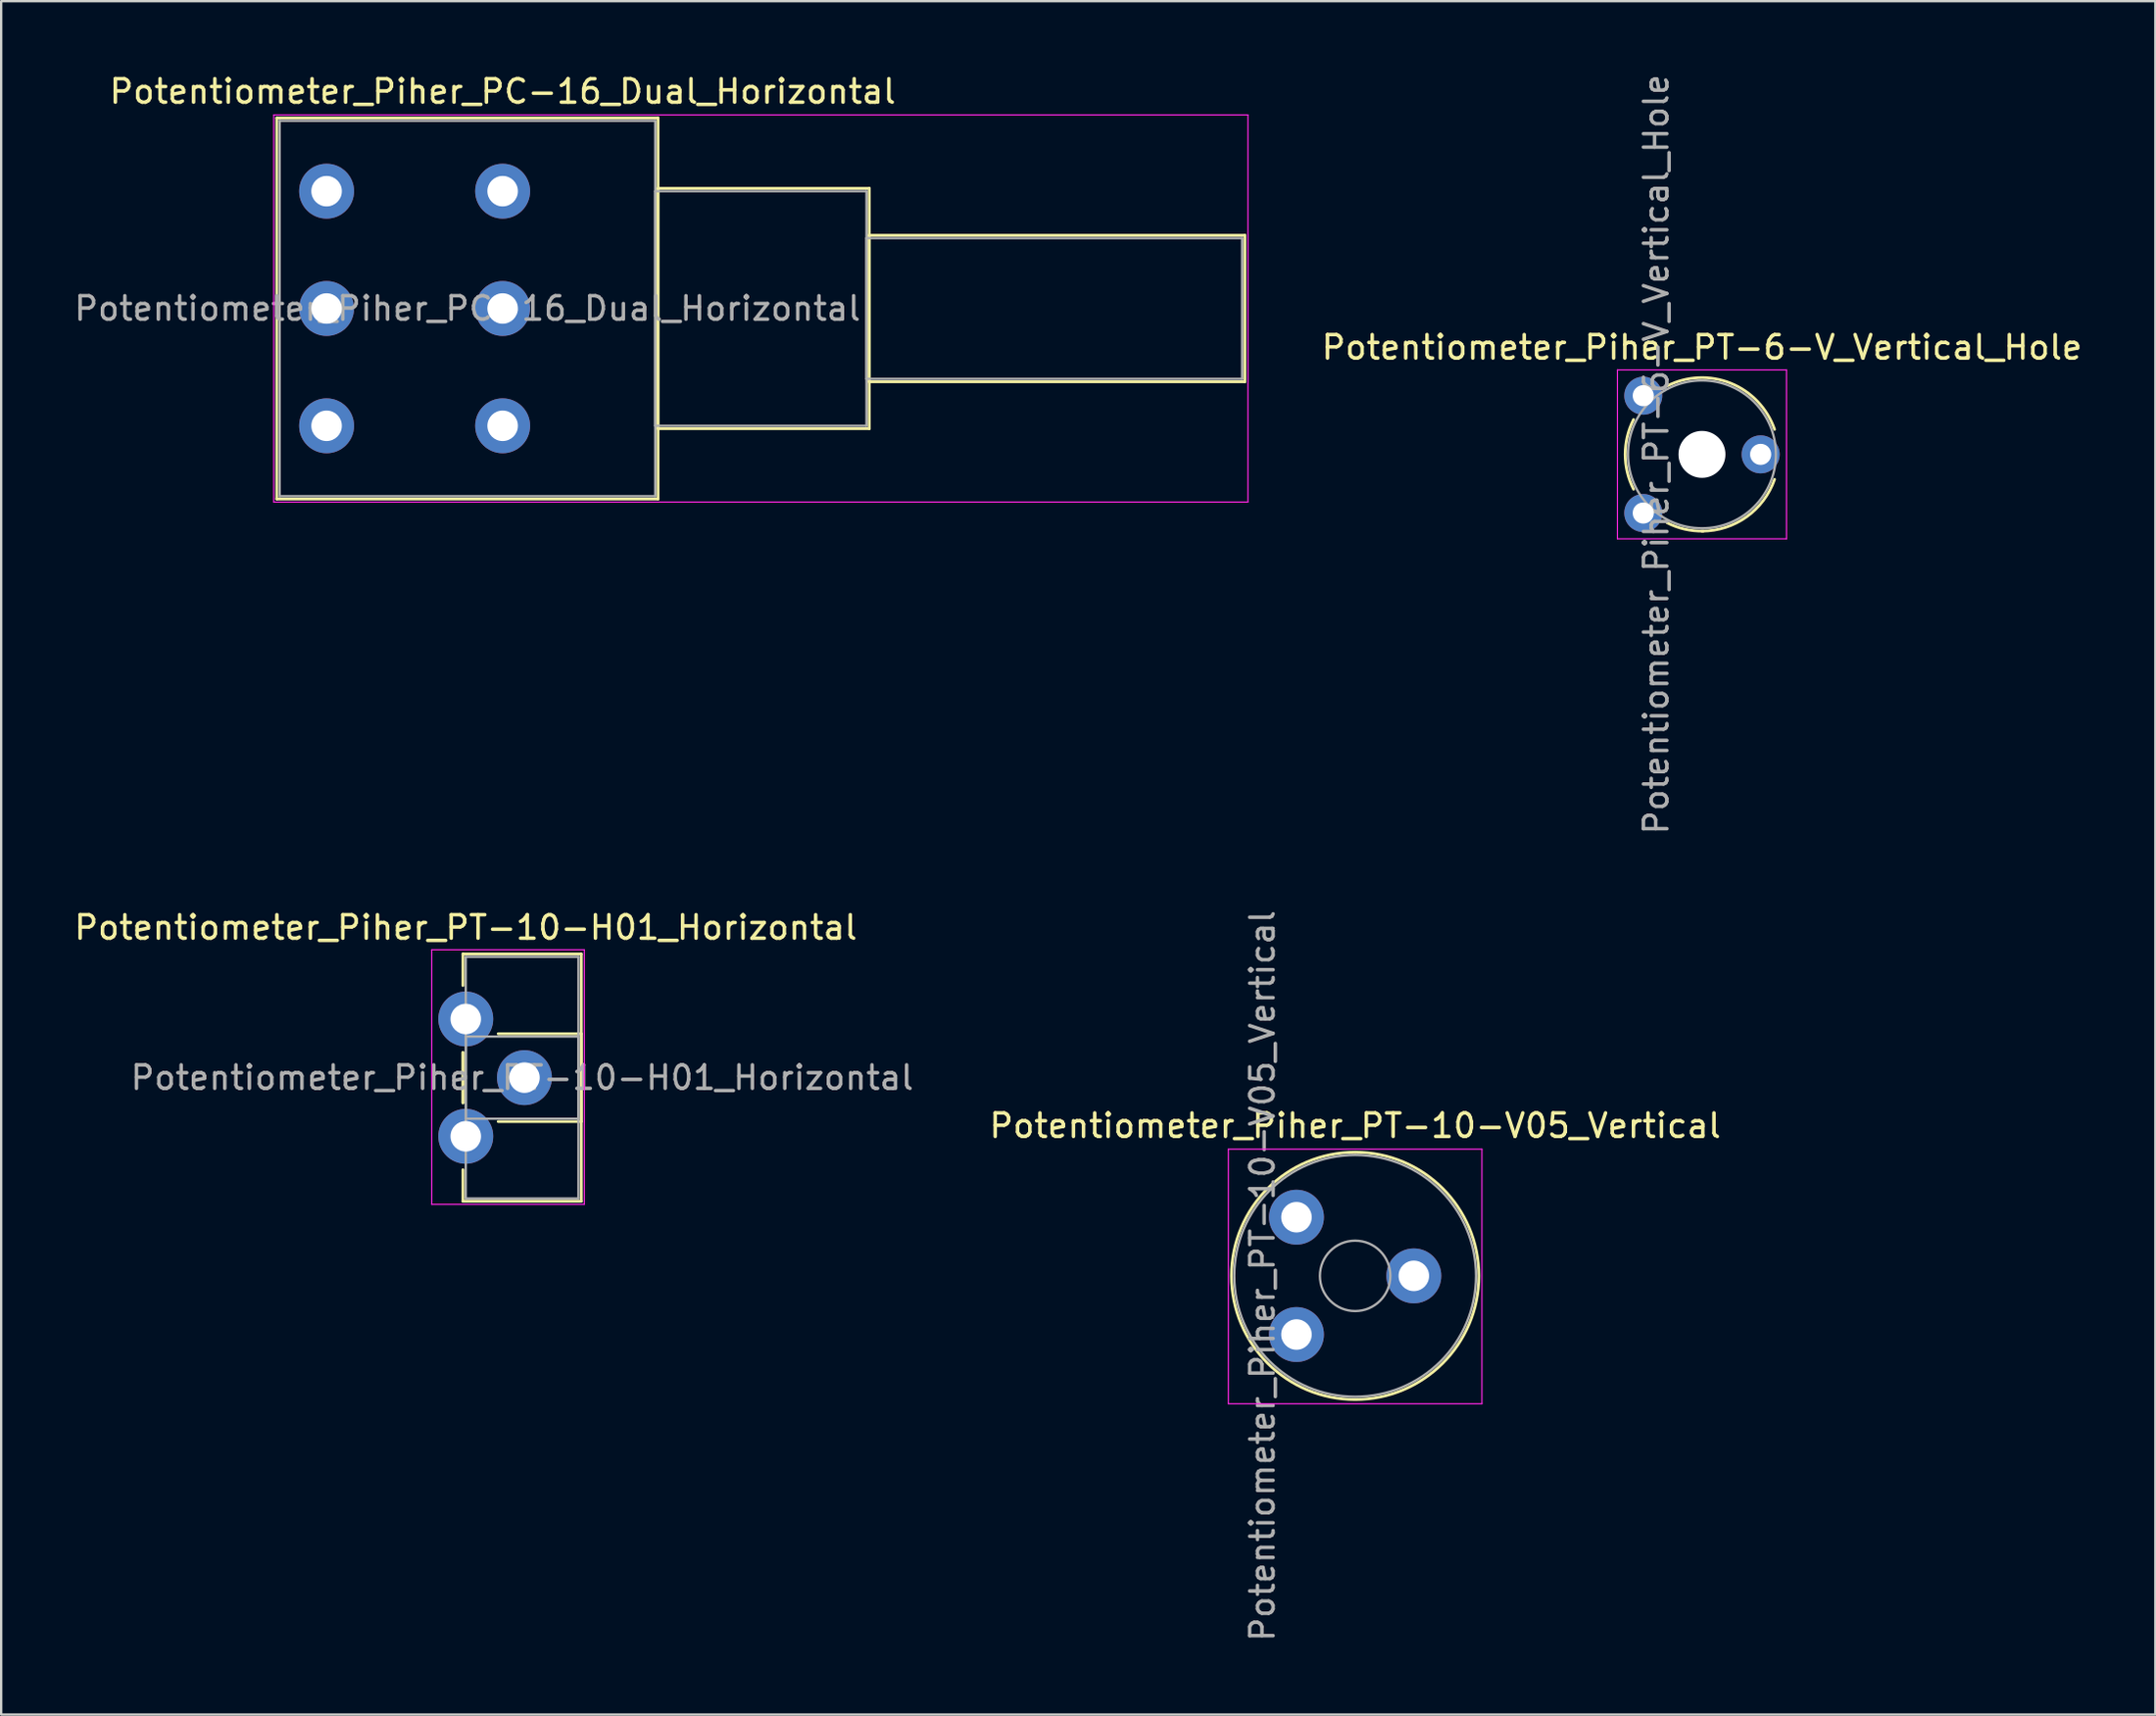
<source format=kicad_pcb>
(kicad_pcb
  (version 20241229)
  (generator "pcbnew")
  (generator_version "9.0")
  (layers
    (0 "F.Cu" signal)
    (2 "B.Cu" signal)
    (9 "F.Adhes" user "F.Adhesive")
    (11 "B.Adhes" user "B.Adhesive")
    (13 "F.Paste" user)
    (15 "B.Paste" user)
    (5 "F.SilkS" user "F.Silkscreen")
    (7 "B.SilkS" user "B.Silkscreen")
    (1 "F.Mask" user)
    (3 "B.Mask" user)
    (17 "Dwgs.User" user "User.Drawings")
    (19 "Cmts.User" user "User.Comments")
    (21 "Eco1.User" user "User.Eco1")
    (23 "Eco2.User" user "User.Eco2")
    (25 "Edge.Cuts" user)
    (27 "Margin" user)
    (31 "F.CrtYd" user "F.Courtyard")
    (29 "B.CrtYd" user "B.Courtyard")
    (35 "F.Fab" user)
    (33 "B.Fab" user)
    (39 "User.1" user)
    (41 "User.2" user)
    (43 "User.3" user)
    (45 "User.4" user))
  (footprint "Potentiometer_Piher_PT-10-V05_Vertical"
    (layer "F.Cu")
    (at 52.18 53.827)
    (property "Reference" "Potentiometer_Piher_PT-10-V05_Vertical" (at 2.5 -8.9 0) (layer "F.SilkS") (effects (font (size 1 1) (thickness 0.15))))
    (attr through_hole)
    (fp_circle (center 2.501 -2.5) (end 7.771 -2.5) (stroke (width 0.12) (type solid)) (fill no) (layer "F.SilkS"))
    (fp_line (start -2.9 -7.9) (end -2.9 2.95) (stroke (width 0.05) (type solid)) (layer "F.CrtYd"))
    (fp_line (start -2.9 2.95) (end 7.9 2.95) (stroke (width 0.05) (type solid)) (layer "F.CrtYd"))
    (fp_line (start 7.9 -7.9) (end -2.9 -7.9) (stroke (width 0.05) (type solid)) (layer "F.CrtYd"))
    (fp_line (start 7.9 2.95) (end 7.9 -7.9) (stroke (width 0.05) (type solid)) (layer "F.CrtYd"))
    (fp_circle (center 2.5 -2.5) (end 4 -2.5) (stroke (width 0.1) (type solid)) (fill no) (layer "F.Fab"))
    (fp_circle (center 2.5 -2.5) (end 7.65 -2.5) (stroke (width 0.1) (type solid)) (fill no) (layer "F.Fab"))
    (fp_text user "${REFERENCE}" (at -1.45 -2.5 90) (layer "F.Fab") (effects (font (size 1 1) (thickness 0.15))))
    (pad "1" thru_hole circle (at 0 0) (size 2.34 2.34) (drill 1.3) (layers "*.Cu" "*.Mask"))
    (pad "2" thru_hole circle (at 5 -2.5) (size 2.34 2.34) (drill 1.3) (layers "*.Cu" "*.Mask"))
    (pad "3" thru_hole circle (at 0 -5) (size 2.34 2.34) (drill 1.3) (layers "*.Cu" "*.Mask")))
  (footprint "Potentiometer_Piher_PT-6-V_Vertical_Hole"
    (layer "F.Cu")
    (at 66.954 18.815)
    (property "Reference" "Potentiometer_Piher_PT-6-V_Vertical_Hole" (at 2.5 -7.06 0) (layer "F.SilkS") (effects (font (size 1 1) (thickness 0.15))))
    (attr through_hole)
    (fp_arc (start -0.413387 -1.014798) (mid -0.770114 -2.499325) (end -0.414 -3.984) (stroke (width 0.12) (type solid)) (layer "F.SilkS"))
    (fp_arc (start 1.016032 -5.413829) (mid 3.725524 -5.531609) (end 5.592 -3.564) (stroke (width 0.12) (type solid)) (layer "F.SilkS"))
    (fp_arc (start 2.556863 0.770075) (mid 1.764071 0.686696) (end 1.015 0.414) (stroke (width 0.12) (type solid)) (layer "F.SilkS"))
    (fp_arc (start 5.591846 -1.435392) (mid 4.398899 0.162158) (end 2.5 0.77) (stroke (width 0.12) (type solid)) (layer "F.SilkS"))
    (fp_line (start -1.1 -6.1) (end -1.1 1.1) (stroke (width 0.05) (type solid)) (layer "F.CrtYd"))
    (fp_line (start -1.1 1.1) (end 6.1 1.1) (stroke (width 0.05) (type solid)) (layer "F.CrtYd"))
    (fp_line (start 6.1 -6.1) (end -1.1 -6.1) (stroke (width 0.05) (type solid)) (layer "F.CrtYd"))
    (fp_line (start 6.1 1.1) (end 6.1 -6.1) (stroke (width 0.05) (type solid)) (layer "F.CrtYd"))
    (fp_circle (center 2.5 -2.5) (end 5.65 -2.5) (stroke (width 0.1) (type solid)) (fill no) (layer "F.Fab"))
    (fp_text user "${REFERENCE}" (at 0.55 -2.5 90) (layer "F.Fab") (effects (font (size 1 1) (thickness 0.15))))
    (pad "" np_thru_hole circle (at 2.5 -2.5) (size 2 2) (drill 2) (layers "*.Cu" "*.Mask"))
    (pad "1" thru_hole circle (at 0 0) (size 1.62 1.62) (drill 0.9) (layers "*.Cu" "*.Mask"))
    (pad "2" thru_hole circle (at 5 -2.5) (size 1.62 1.62) (drill 0.9) (layers "*.Cu" "*.Mask"))
    (pad "3" thru_hole circle (at 0 -5) (size 1.62 1.62) (drill 0.9) (layers "*.Cu" "*.Mask")))
  (footprint "Potentiometer_Piher_PC-16_Dual_Horizontal"
    (layer "F.Cu")
    (at 18.363 15.098)
    (property "Reference" "Potentiometer_Piher_PC-16_Dual_Horizontal" (at 0 -14.25 0) (layer "F.SilkS") (effects (font (size 1 1) (thickness 0.15))))
    (attr through_hole)
    (fp_line (start -9.62 -13.12) (end -9.62 3.12) (stroke (width 0.12) (type solid)) (layer "F.SilkS"))
    (fp_line (start -9.62 -13.12) (end 6.62 -13.12) (stroke (width 0.12) (type solid)) (layer "F.SilkS"))
    (fp_line (start -9.62 3.12) (end 6.62 3.12) (stroke (width 0.12) (type solid)) (layer "F.SilkS"))
    (fp_line (start 6.62 -13.12) (end 6.62 3.12) (stroke (width 0.12) (type solid)) (layer "F.SilkS"))
    (fp_line (start 6.62 -10.12) (end 6.62 0.12) (stroke (width 0.12) (type solid)) (layer "F.SilkS"))
    (fp_line (start 6.62 -10.12) (end 15.62 -10.12) (stroke (width 0.12) (type solid)) (layer "F.SilkS"))
    (fp_line (start 6.62 0.12) (end 15.62 0.12) (stroke (width 0.12) (type solid)) (layer "F.SilkS"))
    (fp_line (start 15.62 -10.12) (end 15.62 0.12) (stroke (width 0.12) (type solid)) (layer "F.SilkS"))
    (fp_line (start 15.62 -8.12) (end 15.62 -1.879) (stroke (width 0.12) (type solid)) (layer "F.SilkS"))
    (fp_line (start 15.62 -8.12) (end 31.62 -8.12) (stroke (width 0.12) (type solid)) (layer "F.SilkS"))
    (fp_line (start 15.62 -1.879) (end 31.62 -1.879) (stroke (width 0.12) (type solid)) (layer "F.SilkS"))
    (fp_line (start 31.62 -8.12) (end 31.62 -1.879) (stroke (width 0.12) (type solid)) (layer "F.SilkS"))
    (fp_line (start -9.75 -13.25) (end -9.75 3.25) (stroke (width 0.05) (type solid)) (layer "F.CrtYd"))
    (fp_line (start -9.75 3.25) (end 31.75 3.25) (stroke (width 0.05) (type solid)) (layer "F.CrtYd"))
    (fp_line (start 31.75 -13.25) (end -9.75 -13.25) (stroke (width 0.05) (type solid)) (layer "F.CrtYd"))
    (fp_line (start 31.75 3.25) (end 31.75 -13.25) (stroke (width 0.05) (type solid)) (layer "F.CrtYd"))
    (fp_line (start -9.5 -13) (end -9.5 3) (stroke (width 0.1) (type solid)) (layer "F.Fab"))
    (fp_line (start -9.5 3) (end 6.5 3) (stroke (width 0.1) (type solid)) (layer "F.Fab"))
    (fp_line (start 6.5 -13) (end -9.5 -13) (stroke (width 0.1) (type solid)) (layer "F.Fab"))
    (fp_line (start 6.5 -10) (end 6.5 0) (stroke (width 0.1) (type solid)) (layer "F.Fab"))
    (fp_line (start 6.5 0) (end 15.5 0) (stroke (width 0.1) (type solid)) (layer "F.Fab"))
    (fp_line (start 6.5 3) (end 6.5 -13) (stroke (width 0.1) (type solid)) (layer "F.Fab"))
    (fp_line (start 15.5 -10) (end 6.5 -10) (stroke (width 0.1) (type solid)) (layer "F.Fab"))
    (fp_line (start 15.5 -8) (end 15.5 -2) (stroke (width 0.1) (type solid)) (layer "F.Fab"))
    (fp_line (start 15.5 -2) (end 31.5 -2) (stroke (width 0.1) (type solid)) (layer "F.Fab"))
    (fp_line (start 15.5 0) (end 15.5 -10) (stroke (width 0.1) (type solid)) (layer "F.Fab"))
    (fp_line (start 31.5 -8) (end 15.5 -8) (stroke (width 0.1) (type solid)) (layer "F.Fab"))
    (fp_line (start 31.5 -2) (end 31.5 -8) (stroke (width 0.1) (type solid)) (layer "F.Fab"))
    (fp_text user "${REFERENCE}" (at -1.5 -5 0) (layer "F.Fab") (effects (font (size 1 1) (thickness 0.15))))
    (pad "1" thru_hole circle (at 0 0) (size 2.34 2.34) (drill 1.3) (layers "*.Cu" "*.Mask"))
    (pad "2" thru_hole circle (at 0 -5) (size 2.34 2.34) (drill 1.3) (layers "*.Cu" "*.Mask"))
    (pad "3" thru_hole circle (at 0 -10) (size 2.34 2.34) (drill 1.3) (layers "*.Cu" "*.Mask"))
    (pad "4" thru_hole circle (at -7.5 0) (size 2.34 2.34) (drill 1.3) (layers "*.Cu" "*.Mask"))
    (pad "5" thru_hole circle (at -7.5 -5) (size 2.34 2.34) (drill 1.3) (layers "*.Cu" "*.Mask"))
    (pad "6" thru_hole circle (at -7.5 -10) (size 2.34 2.34) (drill 1.3) (layers "*.Cu" "*.Mask")))
  (footprint "Potentiometer_Piher_PT-10-H01_Horizontal"
    (layer "F.Cu")
    (at 16.792 40.379)
    (property "Reference" "Potentiometer_Piher_PT-10-H01_Horizontal" (at 0 -3.9 0) (layer "F.SilkS") (effects (font (size 1 1) (thickness 0.15))))
    (attr through_hole)
    (fp_line (start -0.121 -2.771) (end -0.121 -1.426) (stroke (width 0.12) (type solid)) (layer "F.SilkS"))
    (fp_line (start -0.121 -2.771) (end 4.92 -2.771) (stroke (width 0.12) (type solid)) (layer "F.SilkS"))
    (fp_line (start -0.121 1.426) (end -0.121 3.575) (stroke (width 0.12) (type solid)) (layer "F.SilkS"))
    (fp_line (start -0.121 1.426) (end -0.121 3.575) (stroke (width 0.12) (type solid)) (layer "F.SilkS"))
    (fp_line (start -0.121 6.425) (end -0.121 7.77) (stroke (width 0.12) (type solid)) (layer "F.SilkS"))
    (fp_line (start -0.121 7.77) (end 4.92 7.77) (stroke (width 0.12) (type solid)) (layer "F.SilkS"))
    (fp_line (start 1.381 0.63) (end 4.92 0.63) (stroke (width 0.12) (type solid)) (layer "F.SilkS"))
    (fp_line (start 1.381 4.37) (end 4.92 4.37) (stroke (width 0.12) (type solid)) (layer "F.SilkS"))
    (fp_line (start 4.92 -2.771) (end 4.92 7.77) (stroke (width 0.12) (type solid)) (layer "F.SilkS"))
    (fp_line (start 4.92 0.63) (end 4.92 4.37) (stroke (width 0.12) (type solid)) (layer "F.SilkS"))
    (fp_line (start -1.45 -2.95) (end -1.45 7.9) (stroke (width 0.05) (type solid)) (layer "F.CrtYd"))
    (fp_line (start -1.45 7.9) (end 5.05 7.9) (stroke (width 0.05) (type solid)) (layer "F.CrtYd"))
    (fp_line (start 5.05 -2.95) (end -1.45 -2.95) (stroke (width 0.05) (type solid)) (layer "F.CrtYd"))
    (fp_line (start 5.05 7.9) (end 5.05 -2.95) (stroke (width 0.05) (type solid)) (layer "F.CrtYd"))
    (fp_line (start 0 -2.65) (end 4.8 -2.65) (stroke (width 0.1) (type solid)) (layer "F.Fab"))
    (fp_line (start 0 0.75) (end 0 4.25) (stroke (width 0.1) (type solid)) (layer "F.Fab"))
    (fp_line (start 0 4.25) (end 4.8 4.25) (stroke (width 0.1) (type solid)) (layer "F.Fab"))
    (fp_line (start 0 7.65) (end 0 -2.65) (stroke (width 0.1) (type solid)) (layer "F.Fab"))
    (fp_line (start 4.8 -2.65) (end 4.8 7.65) (stroke (width 0.1) (type solid)) (layer "F.Fab"))
    (fp_line (start 4.8 0.75) (end 0 0.75) (stroke (width 0.1) (type solid)) (layer "F.Fab"))
    (fp_line (start 4.8 4.25) (end 4.8 0.75) (stroke (width 0.1) (type solid)) (layer "F.Fab"))
    (fp_line (start 4.8 7.65) (end 0 7.65) (stroke (width 0.1) (type solid)) (layer "F.Fab"))
    (fp_text user "${REFERENCE}" (at 2.4 2.5 0) (layer "F.Fab") (effects (font (size 1 1) (thickness 0.15))))
    (pad "1" thru_hole circle (at 0 0) (size 2.34 2.34) (drill 1.3) (layers "*.Cu" "*.Mask"))
    (pad "2" thru_hole circle (at 2.5 2.5) (size 2.34 2.34) (drill 1.3) (layers "*.Cu" "*.Mask"))
    (pad "3" thru_hole circle (at 0 5) (size 2.34 2.34) (drill 1.3) (layers "*.Cu" "*.Mask")))
  (gr_rect
    (start -3 -3)
    (end 88.769 70.024)
    (stroke (width 0.1) (type default))
    (fill no)
    (layer "Edge.Cuts")))
</source>
